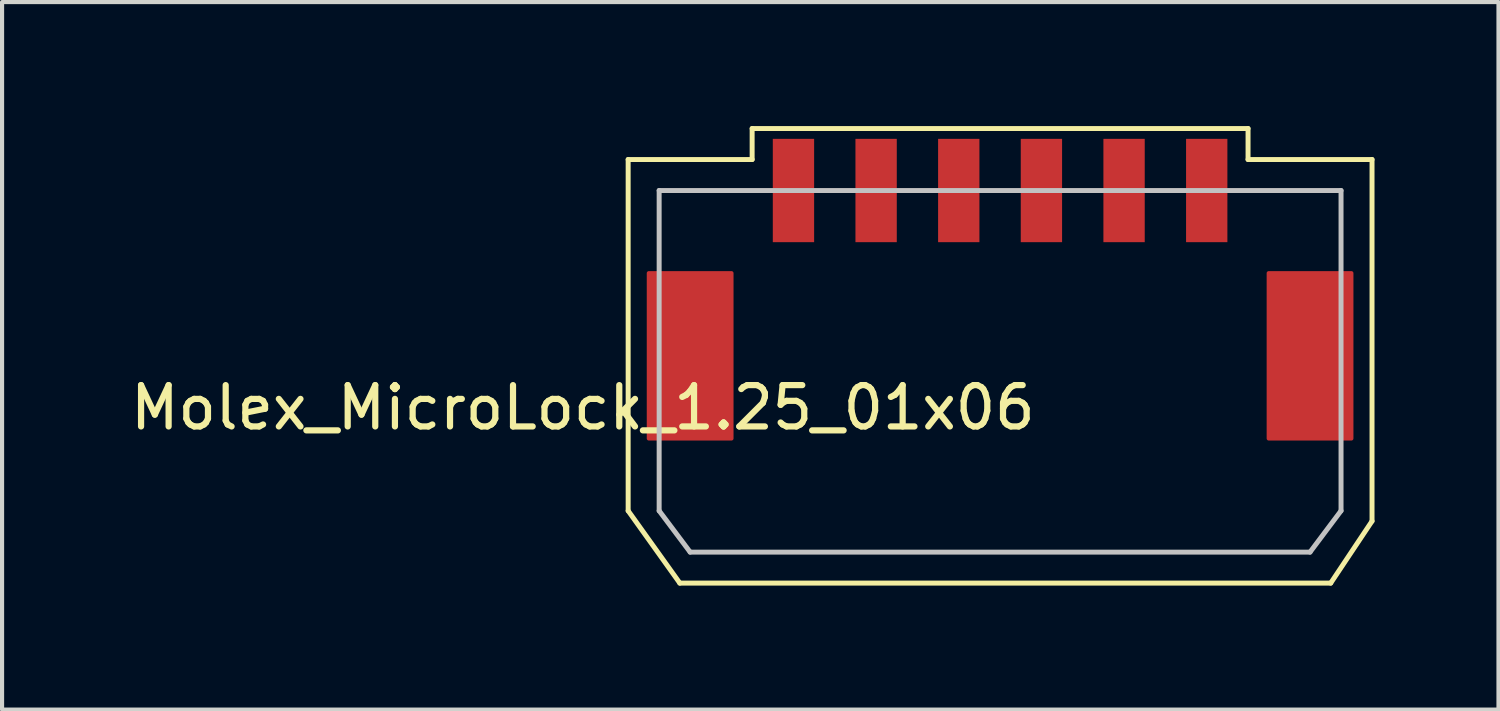
<source format=kicad_pcb>
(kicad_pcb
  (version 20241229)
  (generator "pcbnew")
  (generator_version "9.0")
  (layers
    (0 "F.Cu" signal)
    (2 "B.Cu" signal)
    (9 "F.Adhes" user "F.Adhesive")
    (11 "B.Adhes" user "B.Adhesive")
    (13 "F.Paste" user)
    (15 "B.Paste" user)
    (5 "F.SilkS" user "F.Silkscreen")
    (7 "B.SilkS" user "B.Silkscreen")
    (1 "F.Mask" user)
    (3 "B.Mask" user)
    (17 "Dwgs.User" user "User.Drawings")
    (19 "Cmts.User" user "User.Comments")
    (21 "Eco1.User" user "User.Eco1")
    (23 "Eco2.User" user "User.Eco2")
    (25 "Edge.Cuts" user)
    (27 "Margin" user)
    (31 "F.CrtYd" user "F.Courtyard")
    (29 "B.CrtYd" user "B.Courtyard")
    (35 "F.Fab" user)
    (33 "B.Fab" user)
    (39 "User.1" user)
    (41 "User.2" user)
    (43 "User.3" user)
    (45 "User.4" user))
  (footprint "Molex_MicroLock_1.25_01x06"
    (layer "F.Cu")
    (at 17.15 6.56)
    (property "Reference" "Molex_MicroLock_1.25_01x06" (at -6.096 0.254 0) (layer "F.SilkS") (effects (font (size 1 1) (thickness 0.15))))
    (attr through_hole)
    (fp_poly (pts (xy -2.5 1) (xy -4.5 1) (xy -4.5 -3) (xy -2.5 -3)) (stroke (width 0.1) (type solid)) (fill yes) (layer "F.Cu"))
    (fp_poly (pts (xy 12.5 1) (xy 10.5 1) (xy 10.5 -3) (xy 12.5 -3)) (stroke (width 0.1) (type solid)) (fill yes) (layer "F.Cu"))
    (fp_line (start -5 -5.75) (end -2 -5.75) (stroke (width 0.12) (type solid)) (layer "F.SilkS"))
    (fp_line (start -5 2.75) (end -5 -5.75) (stroke (width 0.12) (type solid)) (layer "F.SilkS"))
    (fp_line (start -3.75 4.5) (end -5 2.75) (stroke (width 0.12) (type solid)) (layer "F.SilkS"))
    (fp_line (start -2 -6.5) (end 10 -6.5) (stroke (width 0.12) (type solid)) (layer "F.SilkS"))
    (fp_line (start -2 -5.75) (end -2 -6.5) (stroke (width 0.12) (type solid)) (layer "F.SilkS"))
    (fp_line (start 10 -6.5) (end 10 -5.75) (stroke (width 0.12) (type solid)) (layer "F.SilkS"))
    (fp_line (start 10 -5.75) (end 13 -5.75) (stroke (width 0.12) (type solid)) (layer "F.SilkS"))
    (fp_line (start 12 4.5) (end -3.75 4.5) (stroke (width 0.12) (type solid)) (layer "F.SilkS"))
    (fp_line (start 13 -5.75) (end 13 3) (stroke (width 0.12) (type solid)) (layer "F.SilkS"))
    (fp_line (start 13 3) (end 12 4.5) (stroke (width 0.12) (type solid)) (layer "F.SilkS"))
    (fp_line (start -4.25 -5) (end 12.25 -5) (stroke (width 0.12) (type solid)) (layer "Dwgs.User"))
    (fp_line (start -4.25 2.75) (end -4.25 -5) (stroke (width 0.12) (type solid)) (layer "Dwgs.User"))
    (fp_line (start -3.5 3.75) (end -4.25 2.75) (stroke (width 0.12) (type solid)) (layer "Dwgs.User"))
    (fp_line (start 11.5 3.75) (end -3.5 3.75) (stroke (width 0.12) (type solid)) (layer "Dwgs.User"))
    (fp_line (start 12.25 -5) (end 12.25 2.75) (stroke (width 0.12) (type solid)) (layer "Dwgs.User"))
    (fp_line (start 12.25 2.75) (end 11.5 3.75) (stroke (width 0.12) (type solid)) (layer "Dwgs.User"))
    (pad "1" smd rect (at -1 -5) (size 1 2.5) (layers "F.Cu" "F.Mask" "F.Paste"))
    (pad "2" smd rect (at 1 -5) (size 1 2.5) (layers "F.Cu" "F.Mask" "F.Paste"))
    (pad "3" smd rect (at 3 -5) (size 1 2.5) (layers "F.Cu" "F.Mask" "F.Paste"))
    (pad "4" smd rect (at 5 -5) (size 1 2.5) (layers "F.Cu" "F.Mask" "F.Paste"))
    (pad "5" smd rect (at 7 -5) (size 1 2.5) (layers "F.Cu" "F.Mask" "F.Paste"))
    (pad "6" smd rect (at 9 -5) (size 1 2.5) (layers "F.Cu" "F.Mask" "F.Paste"))
    (pad "7" smd rect (at -3.5 -1) (size 1.75 3.45) (layers "F.Cu" "F.Mask" "F.Paste"))
    (pad "7" smd rect (at 11.5 -1) (size 1.75 3.45) (layers "F.Cu" "F.Mask" "F.Paste")))
  (gr_rect
    (start -3 -3)
    (end 33.21 14.12)
    (stroke (width 0.1) (type default))
    (fill no)
    (layer "Edge.Cuts")))
</source>
